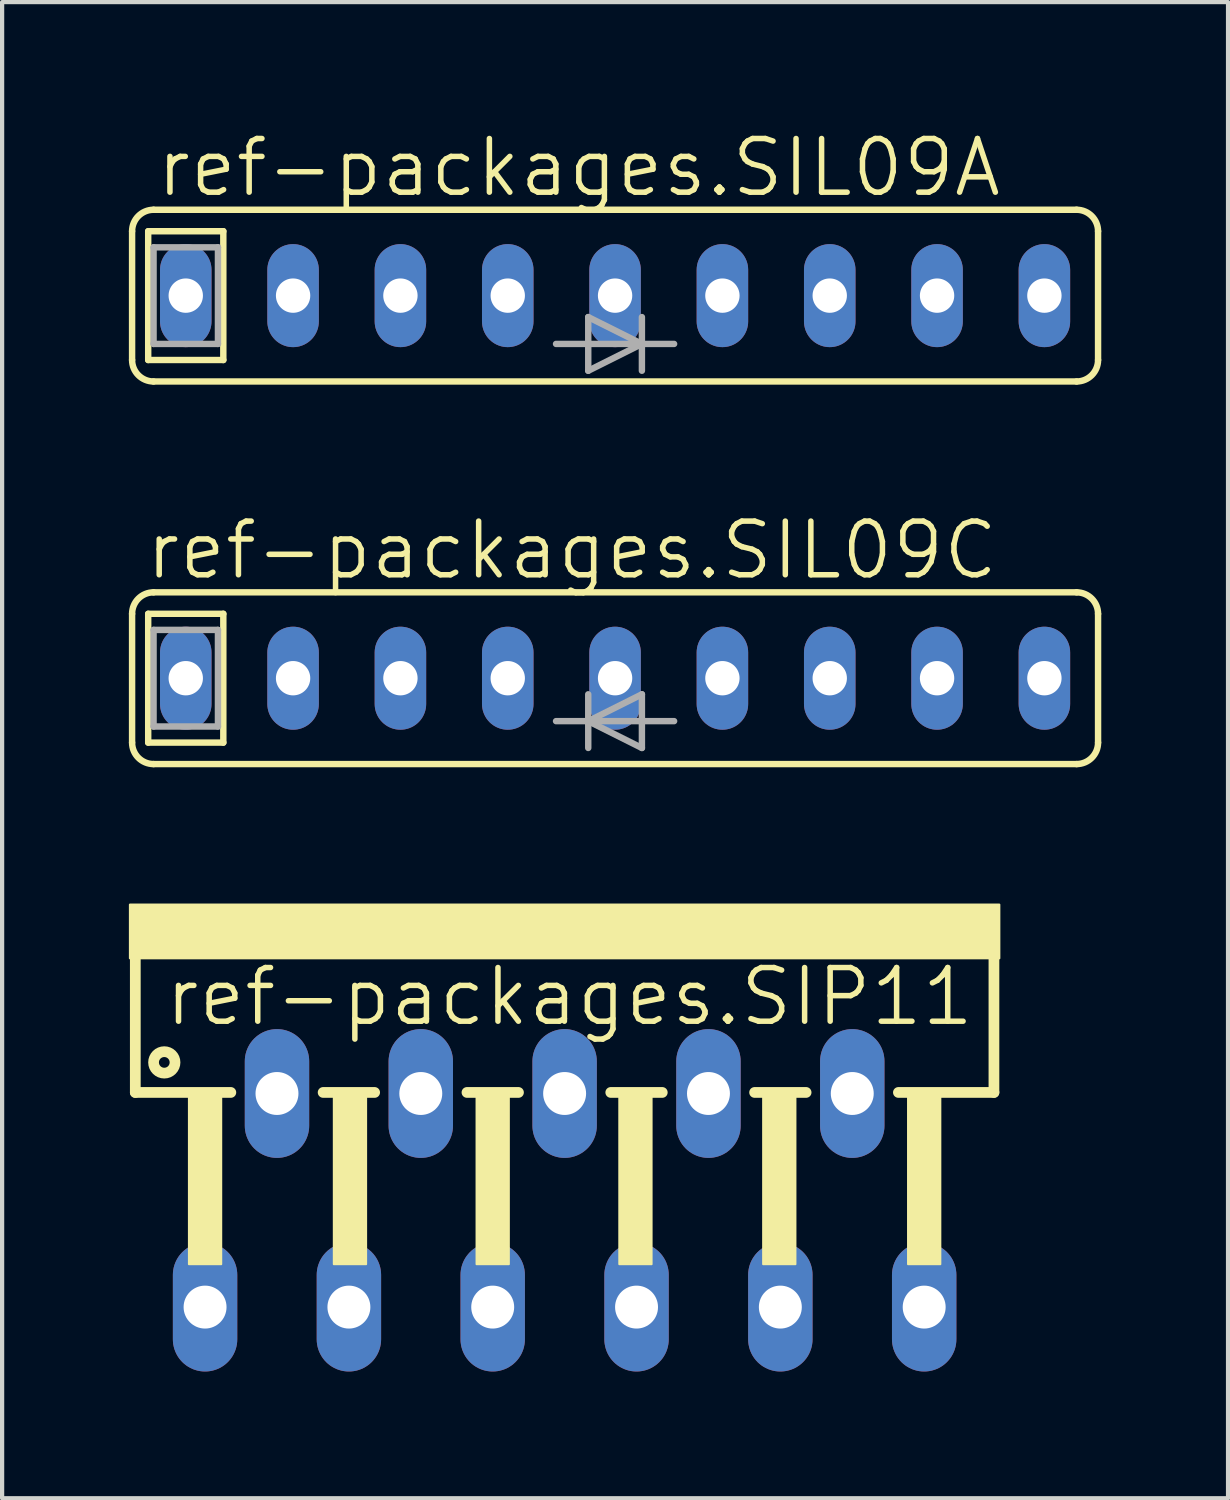
<source format=kicad_pcb>
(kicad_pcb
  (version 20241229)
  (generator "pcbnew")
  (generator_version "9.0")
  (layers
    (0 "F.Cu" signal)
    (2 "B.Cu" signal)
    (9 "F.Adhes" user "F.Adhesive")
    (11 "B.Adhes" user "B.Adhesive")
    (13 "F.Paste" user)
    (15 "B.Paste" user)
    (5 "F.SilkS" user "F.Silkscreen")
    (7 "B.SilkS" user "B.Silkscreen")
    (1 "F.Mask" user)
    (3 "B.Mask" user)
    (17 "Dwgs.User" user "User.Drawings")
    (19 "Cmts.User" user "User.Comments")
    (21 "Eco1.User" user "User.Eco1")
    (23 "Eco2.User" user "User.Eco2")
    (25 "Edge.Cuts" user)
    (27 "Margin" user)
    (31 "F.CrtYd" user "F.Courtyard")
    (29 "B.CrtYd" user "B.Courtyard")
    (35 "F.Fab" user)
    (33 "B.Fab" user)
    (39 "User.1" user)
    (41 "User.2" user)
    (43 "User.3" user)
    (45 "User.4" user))
  (footprint "ref-packages.SIL09A"
    (layer "F.Cu")
    (at 11.506 3.946)
    (property "Reference" "ref-packages.SIL09A" (at -10.922 -2.286 0) (layer "F.SilkS") (effects (font (size 1.27 1.27) (thickness 0.13)) (justify left bottom)))
    (attr through_hole)
    (fp_line (start -11.43 1.524) (end -11.43 -1.524) (stroke (width 0.152) (type default)) (layer "F.SilkS"))
    (fp_line (start -11.049 -1.524) (end -9.271 -1.524) (stroke (width 0.152) (type default)) (layer "F.SilkS"))
    (fp_line (start -11.049 1.524) (end -11.049 -1.524) (stroke (width 0.152) (type default)) (layer "F.SilkS"))
    (fp_line (start -10.922 2.032) (end 10.922 2.032) (stroke (width 0.152) (type default)) (layer "F.SilkS"))
    (fp_line (start -9.271 -1.524) (end -9.271 1.524) (stroke (width 0.152) (type default)) (layer "F.SilkS"))
    (fp_line (start -9.271 1.524) (end -11.049 1.524) (stroke (width 0.152) (type default)) (layer "F.SilkS"))
    (fp_line (start 10.922 -2.032) (end -10.922 -2.032) (stroke (width 0.152) (type default)) (layer "F.SilkS"))
    (fp_line (start 11.43 -1.524) (end 11.43 1.524) (stroke (width 0.152) (type default)) (layer "F.SilkS"))
    (fp_arc (start -11.43 -1.524) (mid -11.28121 -1.88321) (end -10.922 -2.032) (stroke (width 0.1524) (type default)) (layer "F.SilkS"))
    (fp_arc (start -10.922 2.032) (mid -11.28121 1.88321) (end -11.43 1.524) (stroke (width 0.1524) (type default)) (layer "F.SilkS"))
    (fp_arc (start 10.922 -2.032) (mid 11.28121 -1.88321) (end 11.43 -1.524) (stroke (width 0.1524) (type default)) (layer "F.SilkS"))
    (fp_arc (start 11.43 1.524) (mid 11.28121 1.88321) (end 10.922 2.032) (stroke (width 0.1524) (type default)) (layer "F.SilkS"))
    (fp_line (start -10.922 -1.143) (end -9.398 -1.143) (stroke (width 0.152) (type default)) (layer "F.Fab"))
    (fp_line (start -10.922 1.143) (end -10.922 -1.143) (stroke (width 0.152) (type default)) (layer "F.Fab"))
    (fp_line (start -9.398 -1.143) (end -9.398 1.143) (stroke (width 0.152) (type default)) (layer "F.Fab"))
    (fp_line (start -9.398 1.143) (end -10.922 1.143) (stroke (width 0.152) (type default)) (layer "F.Fab"))
    (fp_line (start -1.397 1.143) (end -0.635 1.143) (stroke (width 0.152) (type default)) (layer "F.Fab"))
    (fp_line (start -0.635 0.508) (end 0.635 1.143) (stroke (width 0.152) (type default)) (layer "F.Fab"))
    (fp_line (start -0.635 1.143) (end -0.635 0.508) (stroke (width 0.152) (type default)) (layer "F.Fab"))
    (fp_line (start -0.635 1.143) (end 0.635 1.143) (stroke (width 0.152) (type default)) (layer "F.Fab"))
    (fp_line (start -0.635 1.778) (end -0.635 1.143) (stroke (width 0.152) (type default)) (layer "F.Fab"))
    (fp_line (start 0.635 0.508) (end 0.635 1.143) (stroke (width 0.152) (type default)) (layer "F.Fab"))
    (fp_line (start 0.635 1.143) (end -0.635 1.778) (stroke (width 0.152) (type default)) (layer "F.Fab"))
    (fp_line (start 0.635 1.143) (end 0.635 1.778) (stroke (width 0.152) (type default)) (layer "F.Fab"))
    (fp_line (start 1.397 1.143) (end 0.635 1.143) (stroke (width 0.152) (type default)) (layer "F.Fab"))
    (pad "1" thru_hole oval (at -10.16 0 90) (size 2.438 1.219) (drill 0.813) (layers "*.Cu" "*.Mask"))
    (pad "2" thru_hole oval (at -7.62 0 90) (size 2.438 1.219) (drill 0.813) (layers "*.Cu" "*.Mask"))
    (pad "3" thru_hole oval (at -5.08 0 90) (size 2.438 1.219) (drill 0.813) (layers "*.Cu" "*.Mask"))
    (pad "4" thru_hole oval (at -2.54 0 90) (size 2.438 1.219) (drill 0.813) (layers "*.Cu" "*.Mask"))
    (pad "5" thru_hole oval (at 0 0 90) (size 2.438 1.219) (drill 0.813) (layers "*.Cu" "*.Mask"))
    (pad "6" thru_hole oval (at 2.54 0 90) (size 2.438 1.219) (drill 0.813) (layers "*.Cu" "*.Mask"))
    (pad "7" thru_hole oval (at 5.08 0 90) (size 2.438 1.219) (drill 0.813) (layers "*.Cu" "*.Mask"))
    (pad "8" thru_hole oval (at 7.62 0 90) (size 2.438 1.219) (drill 0.813) (layers "*.Cu" "*.Mask"))
    (pad "9" thru_hole oval (at 10.16 0 90) (size 2.438 1.219) (drill 0.813) (layers "*.Cu" "*.Mask")))
  (footprint "ref-packages.SIP11"
    (layer "F.Cu")
    (at 10.312 18.358)
    (property "Reference" "ref-packages.SIP11" (at -9.525 2.921 0) (layer "F.SilkS") (effects (font (size 1.27 1.27) (thickness 0.13)) (justify left bottom)))
    (attr through_hole)
    (fp_line (start -10.16 1.27) (end -10.16 4.445) (stroke (width 0.254) (type default)) (layer "F.SilkS"))
    (fp_line (start -7.899 4.445) (end -10.16 4.445) (stroke (width 0.254) (type default)) (layer "F.SilkS"))
    (fp_line (start -5.715 4.445) (end -4.496 4.445) (stroke (width 0.254) (type default)) (layer "F.SilkS"))
    (fp_line (start -2.311 4.445) (end -1.092 4.445) (stroke (width 0.254) (type default)) (layer "F.SilkS"))
    (fp_line (start 1.092 4.445) (end 2.311 4.445) (stroke (width 0.254) (type default)) (layer "F.SilkS"))
    (fp_line (start 4.496 4.445) (end 5.715 4.445) (stroke (width 0.254) (type default)) (layer "F.SilkS"))
    (fp_line (start 7.899 4.445) (end 10.16 4.445) (stroke (width 0.254) (type default)) (layer "F.SilkS"))
    (fp_line (start 10.16 1.27) (end 10.16 4.445) (stroke (width 0.254) (type default)) (layer "F.SilkS"))
    (fp_rect (start -10.287 1.27) (end 10.287 0) (stroke (width 0.05) (type default)) (fill yes) (layer "F.SilkS"))
    (fp_rect (start -8.89 8.509) (end -8.128 4.445) (stroke (width 0.05) (type default)) (fill yes) (layer "F.SilkS"))
    (fp_rect (start -5.461 8.509) (end -4.699 4.445) (stroke (width 0.05) (type default)) (fill yes) (layer "F.SilkS"))
    (fp_rect (start -2.083 8.509) (end -1.321 4.445) (stroke (width 0.05) (type default)) (fill yes) (layer "F.SilkS"))
    (fp_rect (start 1.295 8.509) (end 2.057 4.445) (stroke (width 0.05) (type default)) (fill yes) (layer "F.SilkS"))
    (fp_rect (start 4.699 8.509) (end 5.461 4.445) (stroke (width 0.05) (type default)) (fill yes) (layer "F.SilkS"))
    (fp_rect (start 8.128 8.509) (end 8.89 4.445) (stroke (width 0.05) (type default)) (fill yes) (layer "F.SilkS"))
    (fp_circle (center -9.474 3.734) (end -9.22 3.734) (stroke (width 0.254) (type default)) (fill no) (layer "F.SilkS"))
    (pad "1" thru_hole oval (at -8.509 9.525 90) (size 3.048 1.524) (drill 1.016) (layers "*.Cu" "*.Mask"))
    (pad "2" thru_hole oval (at -6.807 4.47 90) (size 3.048 1.524) (drill 1.016) (layers "*.Cu" "*.Mask"))
    (pad "3" thru_hole oval (at -5.105 9.525 90) (size 3.048 1.524) (drill 1.016) (layers "*.Cu" "*.Mask"))
    (pad "4" thru_hole oval (at -3.404 4.47 90) (size 3.048 1.524) (drill 1.016) (layers "*.Cu" "*.Mask"))
    (pad "5" thru_hole oval (at -1.702 9.525 90) (size 3.048 1.524) (drill 1.016) (layers "*.Cu" "*.Mask"))
    (pad "6" thru_hole oval (at 0 4.47 90) (size 3.048 1.524) (drill 1.016) (layers "*.Cu" "*.Mask"))
    (pad "7" thru_hole oval (at 1.702 9.525 90) (size 3.048 1.524) (drill 1.016) (layers "*.Cu" "*.Mask"))
    (pad "8" thru_hole oval (at 3.404 4.47 90) (size 3.048 1.524) (drill 1.016) (layers "*.Cu" "*.Mask"))
    (pad "9" thru_hole oval (at 5.105 9.525 90) (size 3.048 1.524) (drill 1.016) (layers "*.Cu" "*.Mask"))
    (pad "10" thru_hole oval (at 6.807 4.47 90) (size 3.048 1.524) (drill 1.016) (layers "*.Cu" "*.Mask"))
    (pad "11" thru_hole oval (at 8.509 9.525 90) (size 3.048 1.524) (drill 1.016) (layers "*.Cu" "*.Mask")))
  (footprint "ref-packages.SIL09C"
    (layer "F.Cu")
    (at 11.506 13)
    (property "Reference" "ref-packages.SIL09C" (at -11.176 -2.286 0) (layer "F.SilkS") (effects (font (size 1.27 1.27) (thickness 0.13)) (justify left bottom)))
    (attr through_hole)
    (fp_line (start -11.43 1.524) (end -11.43 -1.524) (stroke (width 0.152) (type default)) (layer "F.SilkS"))
    (fp_line (start -11.049 -1.524) (end -9.271 -1.524) (stroke (width 0.152) (type default)) (layer "F.SilkS"))
    (fp_line (start -11.049 1.524) (end -11.049 -1.524) (stroke (width 0.152) (type default)) (layer "F.SilkS"))
    (fp_line (start -10.922 2.032) (end 10.922 2.032) (stroke (width 0.152) (type default)) (layer "F.SilkS"))
    (fp_line (start -9.271 -1.524) (end -9.271 1.524) (stroke (width 0.152) (type default)) (layer "F.SilkS"))
    (fp_line (start -9.271 1.524) (end -11.049 1.524) (stroke (width 0.152) (type default)) (layer "F.SilkS"))
    (fp_line (start 10.922 -2.032) (end -10.922 -2.032) (stroke (width 0.152) (type default)) (layer "F.SilkS"))
    (fp_line (start 11.43 -1.524) (end 11.43 1.524) (stroke (width 0.152) (type default)) (layer "F.SilkS"))
    (fp_arc (start -11.43 -1.524) (mid -11.28121 -1.88321) (end -10.922 -2.032) (stroke (width 0.1524) (type default)) (layer "F.SilkS"))
    (fp_arc (start -10.922 2.032) (mid -11.28121 1.88321) (end -11.43 1.524) (stroke (width 0.1524) (type default)) (layer "F.SilkS"))
    (fp_arc (start 10.922 -2.032) (mid 11.28121 -1.88321) (end 11.43 -1.524) (stroke (width 0.1524) (type default)) (layer "F.SilkS"))
    (fp_arc (start 11.43 1.524) (mid 11.28121 1.88321) (end 10.922 2.032) (stroke (width 0.1524) (type default)) (layer "F.SilkS"))
    (fp_line (start -10.922 -1.143) (end -9.398 -1.143) (stroke (width 0.152) (type default)) (layer "F.Fab"))
    (fp_line (start -10.922 1.143) (end -10.922 -1.143) (stroke (width 0.152) (type default)) (layer "F.Fab"))
    (fp_line (start -9.398 -1.143) (end -9.398 1.143) (stroke (width 0.152) (type default)) (layer "F.Fab"))
    (fp_line (start -9.398 1.143) (end -10.922 1.143) (stroke (width 0.152) (type default)) (layer "F.Fab"))
    (fp_line (start -1.397 1.016) (end -0.635 1.016) (stroke (width 0.152) (type default)) (layer "F.Fab"))
    (fp_line (start -0.635 1.016) (end -0.635 0.381) (stroke (width 0.152) (type default)) (layer "F.Fab"))
    (fp_line (start -0.635 1.016) (end 0.635 0.381) (stroke (width 0.152) (type default)) (layer "F.Fab"))
    (fp_line (start -0.635 1.651) (end -0.635 1.016) (stroke (width 0.152) (type default)) (layer "F.Fab"))
    (fp_line (start 0.635 0.381) (end 0.635 1.016) (stroke (width 0.152) (type default)) (layer "F.Fab"))
    (fp_line (start 0.635 1.016) (end -0.635 1.016) (stroke (width 0.152) (type default)) (layer "F.Fab"))
    (fp_line (start 0.635 1.016) (end 0.635 1.651) (stroke (width 0.152) (type default)) (layer "F.Fab"))
    (fp_line (start 0.635 1.651) (end -0.635 1.016) (stroke (width 0.152) (type default)) (layer "F.Fab"))
    (fp_line (start 1.397 1.016) (end 0.635 1.016) (stroke (width 0.152) (type default)) (layer "F.Fab"))
    (pad "1" thru_hole oval (at -10.16 0 90) (size 2.438 1.219) (drill 0.813) (layers "*.Cu" "*.Mask"))
    (pad "2" thru_hole oval (at -7.62 0 90) (size 2.438 1.219) (drill 0.813) (layers "*.Cu" "*.Mask"))
    (pad "3" thru_hole oval (at -5.08 0 90) (size 2.438 1.219) (drill 0.813) (layers "*.Cu" "*.Mask"))
    (pad "4" thru_hole oval (at -2.54 0 90) (size 2.438 1.219) (drill 0.813) (layers "*.Cu" "*.Mask"))
    (pad "5" thru_hole oval (at 0 0 90) (size 2.438 1.219) (drill 0.813) (layers "*.Cu" "*.Mask"))
    (pad "6" thru_hole oval (at 2.54 0 90) (size 2.438 1.219) (drill 0.813) (layers "*.Cu" "*.Mask"))
    (pad "7" thru_hole oval (at 5.08 0 90) (size 2.438 1.219) (drill 0.813) (layers "*.Cu" "*.Mask"))
    (pad "8" thru_hole oval (at 7.62 0 90) (size 2.438 1.219) (drill 0.813) (layers "*.Cu" "*.Mask"))
    (pad "9" thru_hole oval (at 10.16 0 90) (size 2.438 1.219) (drill 0.813) (layers "*.Cu" "*.Mask")))
  (gr_rect
    (start -3 -3)
    (end 26.012 32.407)
    (stroke (width 0.1) (type default))
    (fill no)
    (layer "Edge.Cuts")))
</source>
